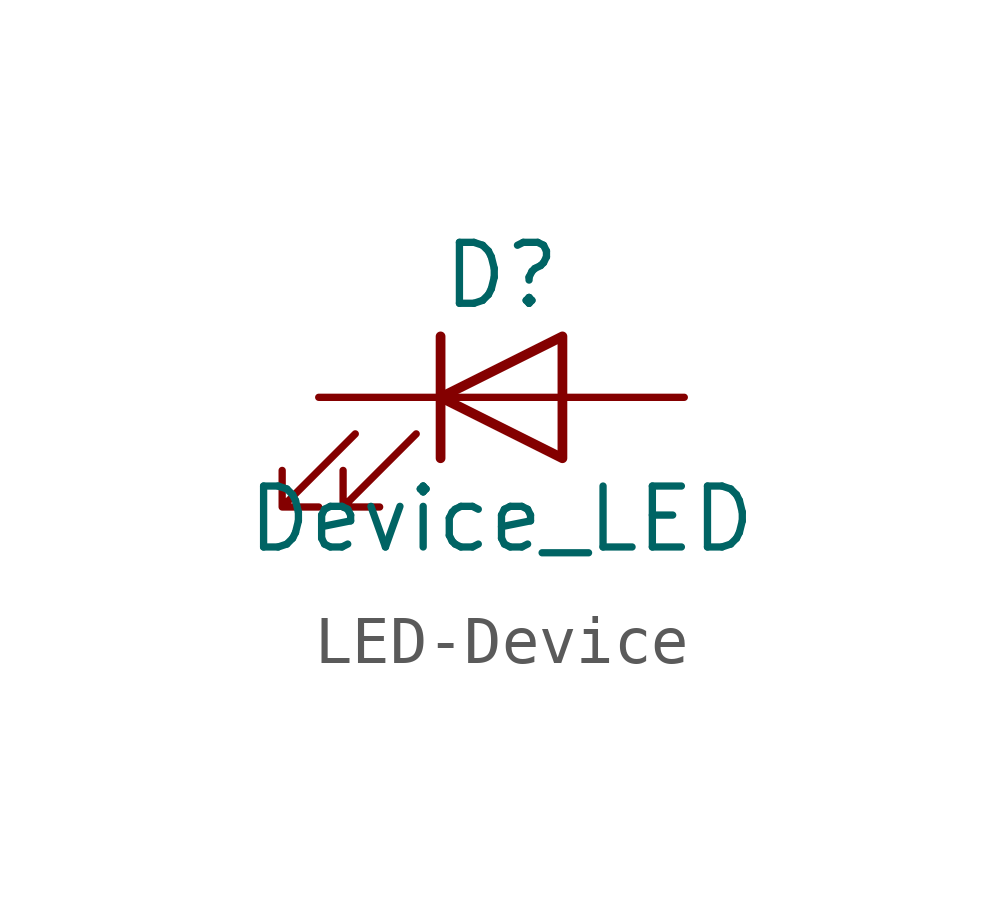
<source format=kicad_sym>
(kicad_symbol_lib
  (version 20220914)
  (generator kicad_symbol_editor)
  (symbol "LED-Device"
    (pin_numbers hide)
    (pin_names
      (offset 1.016) hide)
    (property "Reference" "D"
      (at 0 2.54 0)
      (effects (font (size 1.27 1.27))))
    (property "Value" "Device_LED"
      (at 0 -2.54 0)
      (effects (font (size 1.27 1.27))))
    (symbol "LED-Device_0_1"
      (polyline (pts (xy -1.27 -1.27) (xy -1.27 1.27)) (stroke (width 0.203) (type solid)) (fill (type none)))
      (polyline (pts (xy -1.27 0) (xy 1.27 0)) (stroke (width 0) (type solid)) (fill (type none)))
      (polyline (pts (xy 1.27 -1.27) (xy 1.27 1.27) (xy -1.27 0) (xy 1.27 -1.27)) (stroke (width 0.203) (type solid)) (fill (type none)))
      (polyline (pts (xy -3.048 -0.762) (xy -4.572 -2.286) (xy -3.81 -2.286) (xy -4.572 -2.286) (xy -4.572 -1.524)) (stroke (width 0) (type solid)) (fill (type none)))
      (polyline (pts (xy -1.778 -0.762) (xy -3.302 -2.286) (xy -2.54 -2.286) (xy -3.302 -2.286) (xy -3.302 -1.524)) (stroke (width 0) (type solid)) (fill (type none))))
    (symbol "LED-Device_1_1"
      (pin passive line (at -3.81 0 0) (length 2.54) (name "K" (effects (font (size 1.27 1.27)))) (number "1" (effects (font (size 1.27 1.27)))))
      (pin passive line (at 3.81 0 180) (length 2.54) (name "A" (effects (font (size 1.27 1.27)))) (number "2" (effects (font (size 1.27 1.27))))))))
</source>
